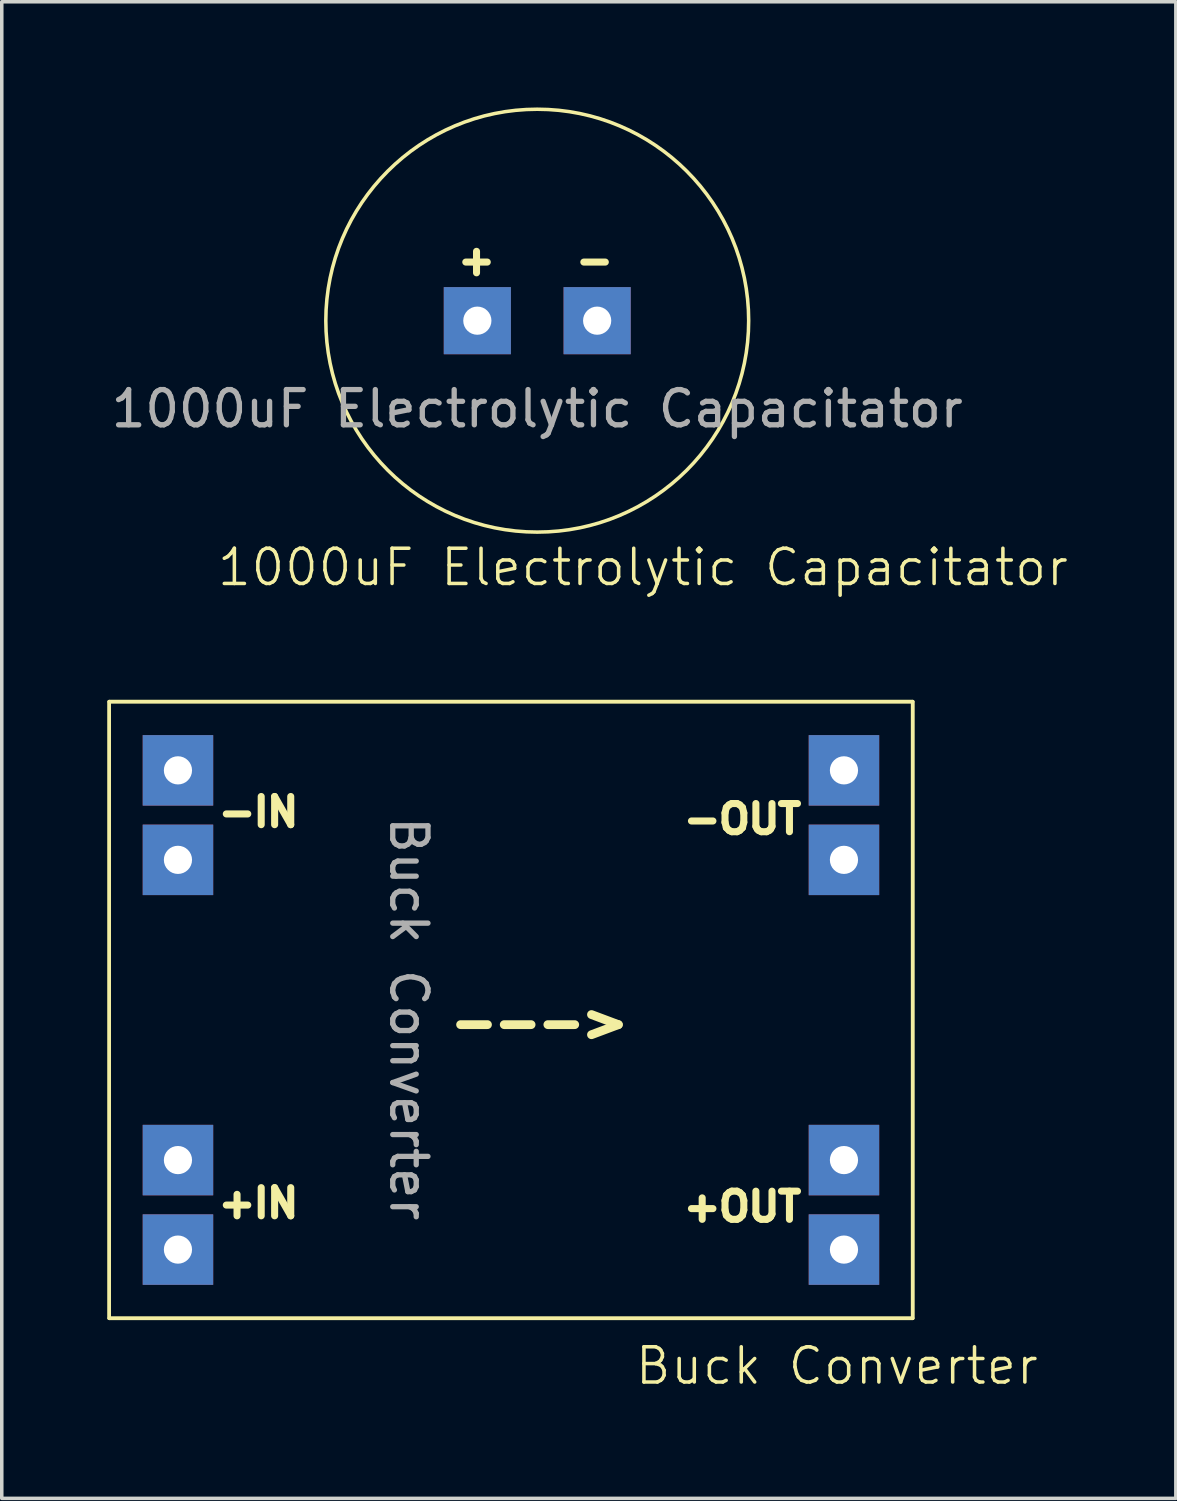
<source format=kicad_pcb>
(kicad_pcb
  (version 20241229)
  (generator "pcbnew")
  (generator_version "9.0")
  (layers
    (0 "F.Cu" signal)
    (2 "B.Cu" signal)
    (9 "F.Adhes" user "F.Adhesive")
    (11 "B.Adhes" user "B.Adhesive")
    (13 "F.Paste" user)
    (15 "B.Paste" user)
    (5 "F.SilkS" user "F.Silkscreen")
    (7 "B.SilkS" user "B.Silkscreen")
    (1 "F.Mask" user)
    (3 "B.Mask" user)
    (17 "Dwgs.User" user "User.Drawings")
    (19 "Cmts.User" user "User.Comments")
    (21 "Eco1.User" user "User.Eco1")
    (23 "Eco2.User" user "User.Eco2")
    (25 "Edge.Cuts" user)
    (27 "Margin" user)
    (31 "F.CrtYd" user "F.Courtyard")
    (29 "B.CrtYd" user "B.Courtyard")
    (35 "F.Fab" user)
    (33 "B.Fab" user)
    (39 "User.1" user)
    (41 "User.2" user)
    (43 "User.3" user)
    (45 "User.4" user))
  (footprint "1000uF Electrolytic Capacitator"
    (layer "F.Cu")
    (at 12.196 6.05)
    (property "Reference" "1000uF Electrolytic Capacitator" (at 3 7 0) (unlocked yes) (layer "F.SilkS") (effects (font (size 1 1) (thickness 0.1))))
    (attr smd)
    (fp_circle (center 0 0) (end 6 0) (stroke (width 0.1) (type default)) (fill no) (layer "F.SilkS"))
    (fp_text user "+" (at -2.35 -1.25 0) (unlocked yes) (layer "F.SilkS") (effects (font (size 0.8 0.8) (thickness 0.2) (bold yes)) (justify left bottom)))
    (fp_text user "-" (at 1 -1.25 0) (unlocked yes) (layer "F.SilkS") (effects (font (size 0.8 0.8) (thickness 0.2) (bold yes)) (justify left bottom)))
    (fp_text user "${REFERENCE}" (at 0 2.5 0) (unlocked yes) (layer "F.Fab") (effects (font (size 1 1) (thickness 0.15))))
    (pad "1" thru_hole rect (at -1.7 0) (size 1.905 1.905) (drill 0.8) (layers "*.Cu" "*.Mask"))
    (pad "2" thru_hole rect (at 1.7 0) (size 1.905 1.905) (drill 0.8) (layers "*.Cu" "*.Mask"))
    (zone (net_name "") (layer "F.SilkS") (hatch edge 0.5) (connect_pads) (min_thickness 0.25) (filled_areas_thickness no) (keepout (tracks allowed) (vias allowed) (pads not_allowed) (copperpour allowed) (footprints not_allowed)) (placement (enabled no)) (fill) (polygon (pts (xy 18.192 5.814) (xy 18.155 5.345) (xy 18.081 4.879) (xy 17.971 4.421) (xy 17.826 3.973) (xy 17.645 3.538) (xy 17.431 3.118) (xy 17.185 2.717) (xy 16.908 2.335) (xy 16.602 1.977) (xy 16.269 1.644) (xy 15.911 1.338) (xy 15.53 1.061) (xy 15.128 0.815) (xy 14.708 0.601) (xy 14.273 0.421) (xy 13.825 0.275) (xy 13.367 0.165) (xy 12.902 0.092) (xy 12.432 0.055) (xy 11.961 0.055) (xy 11.491 0.092) (xy 11.026 0.165) (xy 10.568 0.275) (xy 10.12 0.421) (xy 9.684 0.601) (xy 9.265 0.815) (xy 8.863 1.061) (xy 8.482 1.338) (xy 8.124 1.644) (xy 7.79 1.977) (xy 7.485 2.335) (xy 7.208 2.717) (xy 6.961 3.118) (xy 6.748 3.538) (xy 6.567 3.973) (xy 6.422 4.421) (xy 6.312 4.879) (xy 6.238 5.345) (xy 6.201 5.814) (xy 6.201 6.286) (xy 6.238 6.755) (xy 6.312 7.221) (xy 6.422 7.679) (xy 6.567 8.127) (xy 6.748 8.562) (xy 6.961 8.982) (xy 7.208 9.383) (xy 7.485 9.765) (xy 7.79 10.123) (xy 8.124 10.456) (xy 8.482 10.762) (xy 8.863 11.039) (xy 9.265 11.285) (xy 9.684 11.499) (xy 10.12 11.679) (xy 10.568 11.825) (xy 11.026 11.935) (xy 11.491 12.008) (xy 11.961 12.045) (xy 12.432 12.045) (xy 12.902 12.008) (xy 13.367 11.935) (xy 13.825 11.825) (xy 14.273 11.679) (xy 14.708 11.499) (xy 15.128 11.285) (xy 15.53 11.039) (xy 15.911 10.762) (xy 16.269 10.456) (xy 16.602 10.123) (xy 16.908 9.765) (xy 17.185 9.383) (xy 17.431 8.982) (xy 17.645 8.562) (xy 17.826 8.127) (xy 17.971 7.679) (xy 18.081 7.221) (xy 18.155 6.755) (xy 18.192 6.286)))))
  (footprint "Buck Converter"
    (layer "F.Cu")
    (at 11.7 26.011)
    (property "Reference" "Buck Converter" (at 9 9.7 0) (unlocked yes) (layer "F.SilkS") (effects (font (size 1 1) (thickness 0.1))))
    (attr smd)
    (fp_line (start -11.65 -9.15) (end 11.15 -9.15) (stroke (width 0.1) (type default)) (layer "F.SilkS"))
    (fp_line (start -11.65 8.35) (end -11.65 -9.15) (stroke (width 0.1) (type default)) (layer "F.SilkS"))
    (fp_line (start 11.15 -9.15) (end 11.15 8.35) (stroke (width 0.1) (type default)) (layer "F.SilkS"))
    (fp_line (start 11.15 8.35) (end -11.65 8.35) (stroke (width 0.1) (type default)) (layer "F.SilkS"))
    (fp_rect (start -11.65 -9.15) (end 11.15 8.35) (stroke (width 0.1) (type default)) (fill no) (layer "F.SilkS"))
    (fp_text user "-IN" (at -8.65 -5.55 0) (unlocked yes) (layer "F.SilkS") (effects (font (size 0.8 0.8) (thickness 0.2) (bold yes)) (justify left bottom)))
    (fp_text user "+OUT" (at 4.55 5.65 0) (unlocked yes) (layer "F.SilkS") (effects (font (size 0.8 0.8) (thickness 0.2) (bold yes)) (justify left bottom)))
    (fp_text user "+IN" (at -8.65 5.55 0) (unlocked yes) (layer "F.SilkS") (effects (font (size 0.8 0.8) (thickness 0.2) (bold yes)) (justify left bottom)))
    (fp_text user "<---" (at 3.2 -0.5 180) (unlocked yes) (layer "F.SilkS") (effects (font (size 1 1) (thickness 0.25) (bold yes)) (justify left bottom)))
    (fp_text user "-OUT" (at 4.55 -5.35 0) (unlocked yes) (layer "F.SilkS") (effects (font (size 0.8 0.8) (thickness 0.2) (bold yes)) (justify left bottom)))
    (fp_text user "${REFERENCE}" (at -3.15 -0.15 270) (unlocked yes) (layer "F.Fab") (effects (font (size 1 1) (thickness 0.15))))
    (pad "1" thru_hole rect (at -9.7 -7.2 270) (size 2 2) (drill 0.8) (layers "*.Cu" "*.Mask"))
    (pad "2" thru_hole rect (at -9.7 -4.66 270) (size 2 2) (drill 0.8) (layers "*.Cu" "*.Mask"))
    (pad "3" thru_hole rect (at 9.2 -7.2 270) (size 2 2) (drill 0.8) (layers "*.Cu" "*.Mask"))
    (pad "4" thru_hole rect (at 9.2 -4.66 270) (size 2 2) (drill 0.8) (layers "*.Cu" "*.Mask"))
    (pad "5" thru_hole rect (at 9.2 3.86 270) (size 2 2) (drill 0.8) (layers "*.Cu" "*.Mask"))
    (pad "6" thru_hole rect (at 9.2 6.4 270) (size 2 2) (drill 0.8) (layers "*.Cu" "*.Mask"))
    (pad "7" thru_hole rect (at -9.7 3.86 90) (size 2 2) (drill 0.8) (layers "*.Cu" "*.Mask"))
    (pad "8" thru_hole rect (at -9.7 6.4 270) (size 2 2) (drill 0.8) (layers "*.Cu" "*.Mask"))
    (zone (net_name "") (layer "F.SilkS") (hatch edge 0.5) (connect_pads) (min_thickness 0.25) (filled_areas_thickness no) (keepout (tracks allowed) (vias allowed) (pads not_allowed) (copperpour allowed) (footprints not_allowed)) (placement (enabled no)) (fill) (polygon (pts (xy 22.85 16.86) (xy 22.85 34.361) (xy 0.05 34.361) (xy 0.05 16.86)))))
  (gr_rect
    (start -3 -3)
    (end 30.318 39.471)
    (stroke (width 0.1) (type default))
    (fill no)
    (layer "Edge.Cuts")))
</source>
